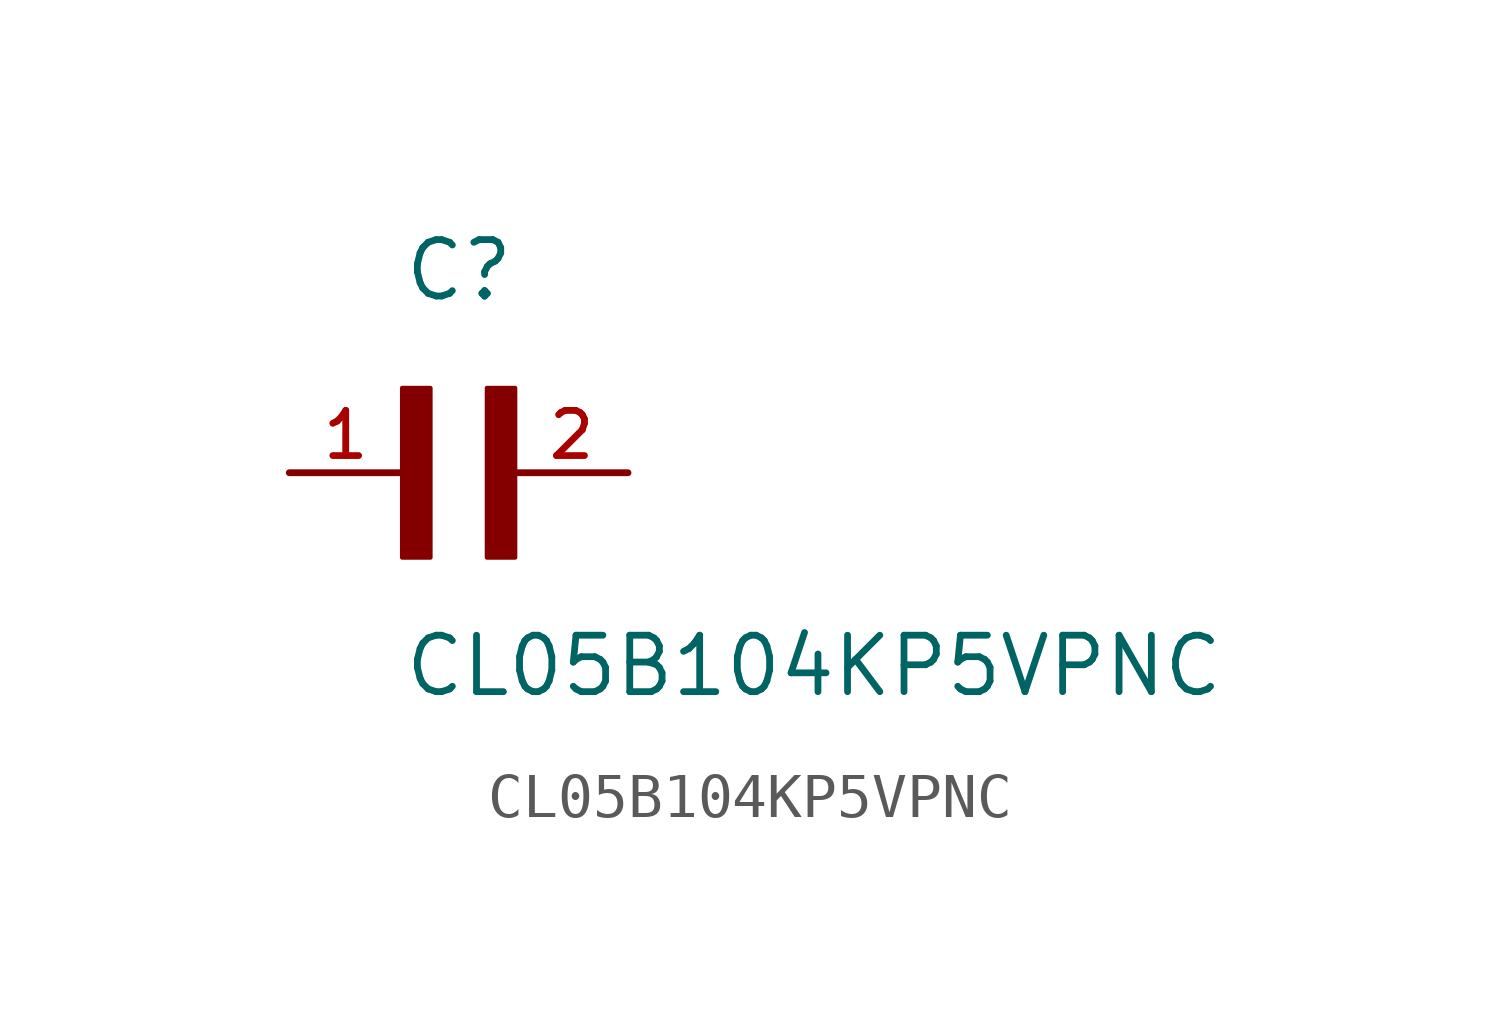
<source format=kicad_sym>
(kicad_symbol_lib
  (version 20211014)
  (generator kicad_symbol_editor)
  (symbol "CL05B104KP5VPNC"
    (pin_names
      (offset 1.016))
    (property "Reference" "C"
      (at 0.0 3.811 0)
      (effects (font (size 1.27 1.27)) (justify bottom left)))
    (property "Value" "CL05B104KP5VPNC"
      (at 0.0 -5.088 0)
      (effects (font (size 1.27 1.27)) (justify bottom left)))
    (symbol "CL05B104KP5VPNC_0_0"
      (rectangle (start 0.0 -1.907) (end 0.635 1.905) (stroke (width 0.1)) (fill (type outline)))
      (rectangle (start 1.907 -1.907) (end 2.54 1.905) (stroke (width 0.1)) (fill (type outline)))
      (pin passive line (at -2.54 0.0 0) (length 2.54) (name "~" (effects (font (size 1.016 1.016)))) (number "1" (effects (font (size 1.016 1.016)))))
      (pin passive line (at 5.08 0.0 180.0) (length 2.54) (name "~" (effects (font (size 1.016 1.016)))) (number "2" (effects (font (size 1.016 1.016))))))))
</source>
